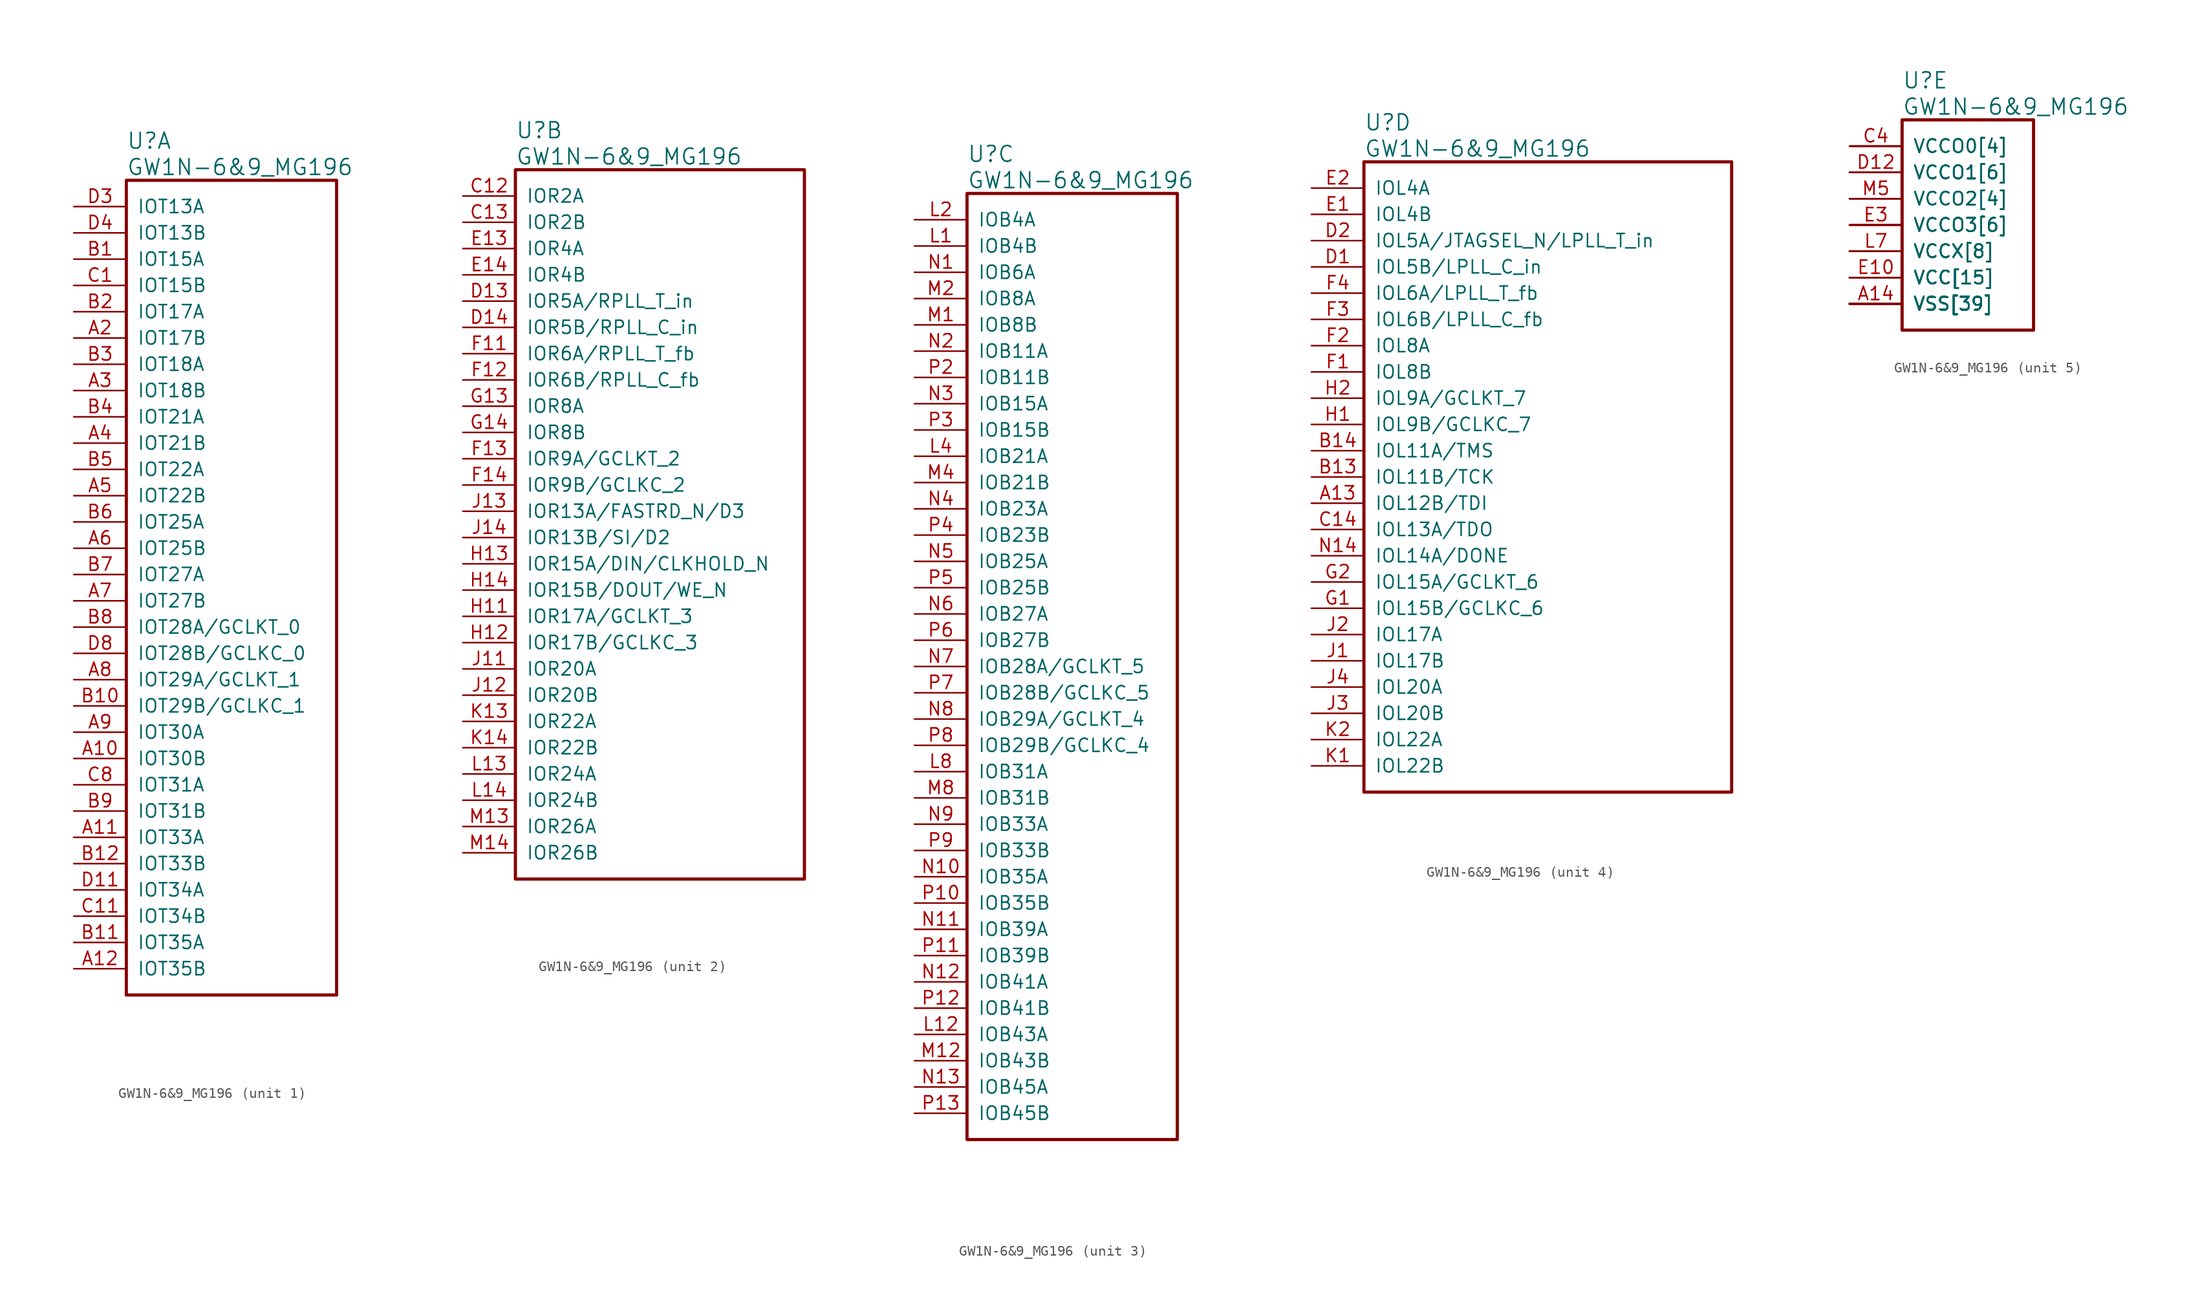
<source format=kicad_sym>
(kicad_symbol_lib
  (version 20241209)
  (generator "kicad_symbol_editor")
  (generator_version "9.0")
  (symbol "GW1N-6&9_MG196"
    (pin_names
      (offset 1.016))
    (property "Reference" "U"
      (at 5.08 6.35 0)
      (effects (font (size 1.524 1.524)) (justify left)))
    (property "Value" "GW1N-6&9_MG196"
      (at 5.08 3.81 0)
      (effects (font (size 1.524 1.524)) (justify left)))
    (property "ki_locked" ""
      (at 0 0 0)
      (effects (font (size 1.27 1.27))))
    (symbol "GW1N-6&9_MG196_1_1"
      (rectangle (start 5.08 2.54) (end 25.4 -76.2) (stroke (width 0.305) (type solid)) (fill (type none)))
      (pin bidirectional line (at 0 0 0) (length 5.08) (name "IOT13A" (effects (font (size 1.27 1.27)))) (number "D3" (effects (font (size 1.27 1.27)))))
      (pin bidirectional line (at 0 -2.54 0) (length 5.08) (name "IOT13B" (effects (font (size 1.27 1.27)))) (number "D4" (effects (font (size 1.27 1.27)))))
      (pin bidirectional line (at 0 -5.08 0) (length 5.08) (name "IOT15A" (effects (font (size 1.27 1.27)))) (number "B1" (effects (font (size 1.27 1.27)))))
      (pin bidirectional line (at 0 -7.62 0) (length 5.08) (name "IOT15B" (effects (font (size 1.27 1.27)))) (number "C1" (effects (font (size 1.27 1.27)))))
      (pin bidirectional line (at 0 -10.16 0) (length 5.08) (name "IOT17A" (effects (font (size 1.27 1.27)))) (number "B2" (effects (font (size 1.27 1.27)))))
      (pin bidirectional line (at 0 -12.7 0) (length 5.08) (name "IOT17B" (effects (font (size 1.27 1.27)))) (number "A2" (effects (font (size 1.27 1.27)))))
      (pin bidirectional line (at 0 -15.24 0) (length 5.08) (name "IOT18A" (effects (font (size 1.27 1.27)))) (number "B3" (effects (font (size 1.27 1.27)))))
      (pin bidirectional line (at 0 -17.78 0) (length 5.08) (name "IOT18B" (effects (font (size 1.27 1.27)))) (number "A3" (effects (font (size 1.27 1.27)))))
      (pin bidirectional line (at 0 -20.32 0) (length 5.08) (name "IOT21A" (effects (font (size 1.27 1.27)))) (number "B4" (effects (font (size 1.27 1.27)))))
      (pin bidirectional line (at 0 -22.86 0) (length 5.08) (name "IOT21B" (effects (font (size 1.27 1.27)))) (number "A4" (effects (font (size 1.27 1.27)))))
      (pin bidirectional line (at 0 -25.4 0) (length 5.08) (name "IOT22A" (effects (font (size 1.27 1.27)))) (number "B5" (effects (font (size 1.27 1.27)))))
      (pin bidirectional line (at 0 -27.94 0) (length 5.08) (name "IOT22B" (effects (font (size 1.27 1.27)))) (number "A5" (effects (font (size 1.27 1.27)))))
      (pin bidirectional line (at 0 -30.48 0) (length 5.08) (name "IOT25A" (effects (font (size 1.27 1.27)))) (number "B6" (effects (font (size 1.27 1.27)))))
      (pin bidirectional line (at 0 -33.02 0) (length 5.08) (name "IOT25B" (effects (font (size 1.27 1.27)))) (number "A6" (effects (font (size 1.27 1.27)))))
      (pin bidirectional line (at 0 -35.56 0) (length 5.08) (name "IOT27A" (effects (font (size 1.27 1.27)))) (number "B7" (effects (font (size 1.27 1.27)))))
      (pin bidirectional line (at 0 -38.1 0) (length 5.08) (name "IOT27B" (effects (font (size 1.27 1.27)))) (number "A7" (effects (font (size 1.27 1.27)))))
      (pin bidirectional line (at 0 -40.64 0) (length 5.08) (name "IOT28A/GCLKT_0" (effects (font (size 1.27 1.27)))) (number "B8" (effects (font (size 1.27 1.27)))))
      (pin bidirectional line (at 0 -43.18 0) (length 5.08) (name "IOT28B/GCLKC_0" (effects (font (size 1.27 1.27)))) (number "D8" (effects (font (size 1.27 1.27)))))
      (pin bidirectional line (at 0 -45.72 0) (length 5.08) (name "IOT29A/GCLKT_1" (effects (font (size 1.27 1.27)))) (number "A8" (effects (font (size 1.27 1.27)))))
      (pin bidirectional line (at 0 -48.26 0) (length 5.08) (name "IOT29B/GCLKC_1" (effects (font (size 1.27 1.27)))) (number "B10" (effects (font (size 1.27 1.27)))))
      (pin bidirectional line (at 0 -50.8 0) (length 5.08) (name "IOT30A" (effects (font (size 1.27 1.27)))) (number "A9" (effects (font (size 1.27 1.27)))))
      (pin bidirectional line (at 0 -53.34 0) (length 5.08) (name "IOT30B" (effects (font (size 1.27 1.27)))) (number "A10" (effects (font (size 1.27 1.27)))))
      (pin bidirectional line (at 0 -55.88 0) (length 5.08) (name "IOT31A" (effects (font (size 1.27 1.27)))) (number "C8" (effects (font (size 1.27 1.27)))))
      (pin bidirectional line (at 0 -58.42 0) (length 5.08) (name "IOT31B" (effects (font (size 1.27 1.27)))) (number "B9" (effects (font (size 1.27 1.27)))))
      (pin bidirectional line (at 0 -60.96 0) (length 5.08) (name "IOT33A" (effects (font (size 1.27 1.27)))) (number "A11" (effects (font (size 1.27 1.27)))))
      (pin bidirectional line (at 0 -63.5 0) (length 5.08) (name "IOT33B" (effects (font (size 1.27 1.27)))) (number "B12" (effects (font (size 1.27 1.27)))))
      (pin bidirectional line (at 0 -66.04 0) (length 5.08) (name "IOT34A" (effects (font (size 1.27 1.27)))) (number "D11" (effects (font (size 1.27 1.27)))))
      (pin bidirectional line (at 0 -68.58 0) (length 5.08) (name "IOT34B" (effects (font (size 1.27 1.27)))) (number "C11" (effects (font (size 1.27 1.27)))))
      (pin bidirectional line (at 0 -71.12 0) (length 5.08) (name "IOT35A" (effects (font (size 1.27 1.27)))) (number "B11" (effects (font (size 1.27 1.27)))))
      (pin bidirectional line (at 0 -73.66 0) (length 5.08) (name "IOT35B" (effects (font (size 1.27 1.27)))) (number "A12" (effects (font (size 1.27 1.27))))))
    (symbol "GW1N-6&9_MG196_2_1"
      (rectangle (start 5.08 2.54) (end 33.02 -66.04) (stroke (width 0.305) (type solid)) (fill (type none)))
      (pin bidirectional line (at 0 0 0) (length 5.08) (name "IOR2A" (effects (font (size 1.27 1.27)))) (number "C12" (effects (font (size 1.27 1.27)))))
      (pin bidirectional line (at 0 -2.54 0) (length 5.08) (name "IOR2B" (effects (font (size 1.27 1.27)))) (number "C13" (effects (font (size 1.27 1.27)))))
      (pin bidirectional line (at 0 -5.08 0) (length 5.08) (name "IOR4A" (effects (font (size 1.27 1.27)))) (number "E13" (effects (font (size 1.27 1.27)))))
      (pin bidirectional line (at 0 -7.62 0) (length 5.08) (name "IOR4B" (effects (font (size 1.27 1.27)))) (number "E14" (effects (font (size 1.27 1.27)))))
      (pin bidirectional line (at 0 -10.16 0) (length 5.08) (name "IOR5A/RPLL_T_in" (effects (font (size 1.27 1.27)))) (number "D13" (effects (font (size 1.27 1.27)))))
      (pin bidirectional line (at 0 -12.7 0) (length 5.08) (name "IOR5B/RPLL_C_in" (effects (font (size 1.27 1.27)))) (number "D14" (effects (font (size 1.27 1.27)))))
      (pin bidirectional line (at 0 -15.24 0) (length 5.08) (name "IOR6A/RPLL_T_fb" (effects (font (size 1.27 1.27)))) (number "F11" (effects (font (size 1.27 1.27)))))
      (pin bidirectional line (at 0 -17.78 0) (length 5.08) (name "IOR6B/RPLL_C_fb" (effects (font (size 1.27 1.27)))) (number "F12" (effects (font (size 1.27 1.27)))))
      (pin bidirectional line (at 0 -20.32 0) (length 5.08) (name "IOR8A" (effects (font (size 1.27 1.27)))) (number "G13" (effects (font (size 1.27 1.27)))))
      (pin bidirectional line (at 0 -22.86 0) (length 5.08) (name "IOR8B" (effects (font (size 1.27 1.27)))) (number "G14" (effects (font (size 1.27 1.27)))))
      (pin bidirectional line (at 0 -25.4 0) (length 5.08) (name "IOR9A/GCLKT_2" (effects (font (size 1.27 1.27)))) (number "F13" (effects (font (size 1.27 1.27)))))
      (pin bidirectional line (at 0 -27.94 0) (length 5.08) (name "IOR9B/GCLKC_2" (effects (font (size 1.27 1.27)))) (number "F14" (effects (font (size 1.27 1.27)))))
      (pin bidirectional line (at 0 -30.48 0) (length 5.08) (name "IOR13A/FASTRD_N/D3" (effects (font (size 1.27 1.27)))) (number "J13" (effects (font (size 1.27 1.27)))))
      (pin bidirectional line (at 0 -33.02 0) (length 5.08) (name "IOR13B/SI/D2" (effects (font (size 1.27 1.27)))) (number "J14" (effects (font (size 1.27 1.27)))))
      (pin bidirectional line (at 0 -35.56 0) (length 5.08) (name "IOR15A/DIN/CLKHOLD_N" (effects (font (size 1.27 1.27)))) (number "H13" (effects (font (size 1.27 1.27)))))
      (pin bidirectional line (at 0 -38.1 0) (length 5.08) (name "IOR15B/DOUT/WE_N" (effects (font (size 1.27 1.27)))) (number "H14" (effects (font (size 1.27 1.27)))))
      (pin bidirectional line (at 0 -40.64 0) (length 5.08) (name "IOR17A/GCLKT_3" (effects (font (size 1.27 1.27)))) (number "H11" (effects (font (size 1.27 1.27)))))
      (pin bidirectional line (at 0 -43.18 0) (length 5.08) (name "IOR17B/GCLKC_3" (effects (font (size 1.27 1.27)))) (number "H12" (effects (font (size 1.27 1.27)))))
      (pin bidirectional line (at 0 -45.72 0) (length 5.08) (name "IOR20A" (effects (font (size 1.27 1.27)))) (number "J11" (effects (font (size 1.27 1.27)))))
      (pin bidirectional line (at 0 -48.26 0) (length 5.08) (name "IOR20B" (effects (font (size 1.27 1.27)))) (number "J12" (effects (font (size 1.27 1.27)))))
      (pin bidirectional line (at 0 -50.8 0) (length 5.08) (name "IOR22A" (effects (font (size 1.27 1.27)))) (number "K13" (effects (font (size 1.27 1.27)))))
      (pin bidirectional line (at 0 -53.34 0) (length 5.08) (name "IOR22B" (effects (font (size 1.27 1.27)))) (number "K14" (effects (font (size 1.27 1.27)))))
      (pin bidirectional line (at 0 -55.88 0) (length 5.08) (name "IOR24A" (effects (font (size 1.27 1.27)))) (number "L13" (effects (font (size 1.27 1.27)))))
      (pin bidirectional line (at 0 -58.42 0) (length 5.08) (name "IOR24B" (effects (font (size 1.27 1.27)))) (number "L14" (effects (font (size 1.27 1.27)))))
      (pin bidirectional line (at 0 -60.96 0) (length 5.08) (name "IOR26A" (effects (font (size 1.27 1.27)))) (number "M13" (effects (font (size 1.27 1.27)))))
      (pin bidirectional line (at 0 -63.5 0) (length 5.08) (name "IOR26B" (effects (font (size 1.27 1.27)))) (number "M14" (effects (font (size 1.27 1.27))))))
    (symbol "GW1N-6&9_MG196_3_1"
      (rectangle (start 5.08 2.54) (end 25.4 -88.9) (stroke (width 0.305) (type solid)) (fill (type none)))
      (pin bidirectional line (at 0 0 0) (length 5.08) (name "IOB4A" (effects (font (size 1.27 1.27)))) (number "L2" (effects (font (size 1.27 1.27)))))
      (pin bidirectional line (at 0 -2.54 0) (length 5.08) (name "IOB4B" (effects (font (size 1.27 1.27)))) (number "L1" (effects (font (size 1.27 1.27)))))
      (pin bidirectional line (at 0 -5.08 0) (length 5.08) (name "IOB6A" (effects (font (size 1.27 1.27)))) (number "N1" (effects (font (size 1.27 1.27)))))
      (pin bidirectional line (at 0 -7.62 0) (length 5.08) (name "IOB8A" (effects (font (size 1.27 1.27)))) (number "M2" (effects (font (size 1.27 1.27)))))
      (pin bidirectional line (at 0 -10.16 0) (length 5.08) (name "IOB8B" (effects (font (size 1.27 1.27)))) (number "M1" (effects (font (size 1.27 1.27)))))
      (pin bidirectional line (at 0 -12.7 0) (length 5.08) (name "IOB11A" (effects (font (size 1.27 1.27)))) (number "N2" (effects (font (size 1.27 1.27)))))
      (pin bidirectional line (at 0 -15.24 0) (length 5.08) (name "IOB11B" (effects (font (size 1.27 1.27)))) (number "P2" (effects (font (size 1.27 1.27)))))
      (pin bidirectional line (at 0 -17.78 0) (length 5.08) (name "IOB15A" (effects (font (size 1.27 1.27)))) (number "N3" (effects (font (size 1.27 1.27)))))
      (pin bidirectional line (at 0 -20.32 0) (length 5.08) (name "IOB15B" (effects (font (size 1.27 1.27)))) (number "P3" (effects (font (size 1.27 1.27)))))
      (pin bidirectional line (at 0 -22.86 0) (length 5.08) (name "IOB21A" (effects (font (size 1.27 1.27)))) (number "L4" (effects (font (size 1.27 1.27)))))
      (pin bidirectional line (at 0 -25.4 0) (length 5.08) (name "IOB21B" (effects (font (size 1.27 1.27)))) (number "M4" (effects (font (size 1.27 1.27)))))
      (pin bidirectional line (at 0 -27.94 0) (length 5.08) (name "IOB23A" (effects (font (size 1.27 1.27)))) (number "N4" (effects (font (size 1.27 1.27)))))
      (pin bidirectional line (at 0 -30.48 0) (length 5.08) (name "IOB23B" (effects (font (size 1.27 1.27)))) (number "P4" (effects (font (size 1.27 1.27)))))
      (pin bidirectional line (at 0 -33.02 0) (length 5.08) (name "IOB25A" (effects (font (size 1.27 1.27)))) (number "N5" (effects (font (size 1.27 1.27)))))
      (pin bidirectional line (at 0 -35.56 0) (length 5.08) (name "IOB25B" (effects (font (size 1.27 1.27)))) (number "P5" (effects (font (size 1.27 1.27)))))
      (pin bidirectional line (at 0 -38.1 0) (length 5.08) (name "IOB27A" (effects (font (size 1.27 1.27)))) (number "N6" (effects (font (size 1.27 1.27)))))
      (pin bidirectional line (at 0 -40.64 0) (length 5.08) (name "IOB27B" (effects (font (size 1.27 1.27)))) (number "P6" (effects (font (size 1.27 1.27)))))
      (pin bidirectional line (at 0 -43.18 0) (length 5.08) (name "IOB28A/GCLKT_5" (effects (font (size 1.27 1.27)))) (number "N7" (effects (font (size 1.27 1.27)))))
      (pin bidirectional line (at 0 -45.72 0) (length 5.08) (name "IOB28B/GCLKC_5" (effects (font (size 1.27 1.27)))) (number "P7" (effects (font (size 1.27 1.27)))))
      (pin bidirectional line (at 0 -48.26 0) (length 5.08) (name "IOB29A/GCLKT_4" (effects (font (size 1.27 1.27)))) (number "N8" (effects (font (size 1.27 1.27)))))
      (pin bidirectional line (at 0 -50.8 0) (length 5.08) (name "IOB29B/GCLKC_4" (effects (font (size 1.27 1.27)))) (number "P8" (effects (font (size 1.27 1.27)))))
      (pin bidirectional line (at 0 -53.34 0) (length 5.08) (name "IOB31A" (effects (font (size 1.27 1.27)))) (number "L8" (effects (font (size 1.27 1.27)))))
      (pin bidirectional line (at 0 -55.88 0) (length 5.08) (name "IOB31B" (effects (font (size 1.27 1.27)))) (number "M8" (effects (font (size 1.27 1.27)))))
      (pin bidirectional line (at 0 -58.42 0) (length 5.08) (name "IOB33A" (effects (font (size 1.27 1.27)))) (number "N9" (effects (font (size 1.27 1.27)))))
      (pin bidirectional line (at 0 -60.96 0) (length 5.08) (name "IOB33B" (effects (font (size 1.27 1.27)))) (number "P9" (effects (font (size 1.27 1.27)))))
      (pin bidirectional line (at 0 -63.5 0) (length 5.08) (name "IOB35A" (effects (font (size 1.27 1.27)))) (number "N10" (effects (font (size 1.27 1.27)))))
      (pin bidirectional line (at 0 -66.04 0) (length 5.08) (name "IOB35B" (effects (font (size 1.27 1.27)))) (number "P10" (effects (font (size 1.27 1.27)))))
      (pin bidirectional line (at 0 -68.58 0) (length 5.08) (name "IOB39A" (effects (font (size 1.27 1.27)))) (number "N11" (effects (font (size 1.27 1.27)))))
      (pin bidirectional line (at 0 -71.12 0) (length 5.08) (name "IOB39B" (effects (font (size 1.27 1.27)))) (number "P11" (effects (font (size 1.27 1.27)))))
      (pin bidirectional line (at 0 -73.66 0) (length 5.08) (name "IOB41A" (effects (font (size 1.27 1.27)))) (number "N12" (effects (font (size 1.27 1.27)))))
      (pin bidirectional line (at 0 -76.2 0) (length 5.08) (name "IOB41B" (effects (font (size 1.27 1.27)))) (number "P12" (effects (font (size 1.27 1.27)))))
      (pin bidirectional line (at 0 -78.74 0) (length 5.08) (name "IOB43A" (effects (font (size 1.27 1.27)))) (number "L12" (effects (font (size 1.27 1.27)))))
      (pin bidirectional line (at 0 -81.28 0) (length 5.08) (name "IOB43B" (effects (font (size 1.27 1.27)))) (number "M12" (effects (font (size 1.27 1.27)))))
      (pin bidirectional line (at 0 -83.82 0) (length 5.08) (name "IOB45A" (effects (font (size 1.27 1.27)))) (number "N13" (effects (font (size 1.27 1.27)))))
      (pin bidirectional line (at 0 -86.36 0) (length 5.08) (name "IOB45B" (effects (font (size 1.27 1.27)))) (number "P13" (effects (font (size 1.27 1.27))))))
    (symbol "GW1N-6&9_MG196_4_1"
      (rectangle (start 5.08 2.54) (end 40.64 -58.42) (stroke (width 0.305) (type solid)) (fill (type none)))
      (pin bidirectional line (at 0 0 0) (length 5.08) (name "IOL4A" (effects (font (size 1.27 1.27)))) (number "E2" (effects (font (size 1.27 1.27)))))
      (pin bidirectional line (at 0 -2.54 0) (length 5.08) (name "IOL4B" (effects (font (size 1.27 1.27)))) (number "E1" (effects (font (size 1.27 1.27)))))
      (pin bidirectional line (at 0 -5.08 0) (length 5.08) (name "IOL5A/JTAGSEL_N/LPLL_T_in" (effects (font (size 1.27 1.27)))) (number "D2" (effects (font (size 1.27 1.27)))))
      (pin bidirectional line (at 0 -7.62 0) (length 5.08) (name "IOL5B/LPLL_C_in" (effects (font (size 1.27 1.27)))) (number "D1" (effects (font (size 1.27 1.27)))))
      (pin bidirectional line (at 0 -10.16 0) (length 5.08) (name "IOL6A/LPLL_T_fb" (effects (font (size 1.27 1.27)))) (number "F4" (effects (font (size 1.27 1.27)))))
      (pin bidirectional line (at 0 -12.7 0) (length 5.08) (name "IOL6B/LPLL_C_fb" (effects (font (size 1.27 1.27)))) (number "F3" (effects (font (size 1.27 1.27)))))
      (pin bidirectional line (at 0 -15.24 0) (length 5.08) (name "IOL8A" (effects (font (size 1.27 1.27)))) (number "F2" (effects (font (size 1.27 1.27)))))
      (pin bidirectional line (at 0 -17.78 0) (length 5.08) (name "IOL8B" (effects (font (size 1.27 1.27)))) (number "F1" (effects (font (size 1.27 1.27)))))
      (pin bidirectional line (at 0 -20.32 0) (length 5.08) (name "IOL9A/GCLKT_7" (effects (font (size 1.27 1.27)))) (number "H2" (effects (font (size 1.27 1.27)))))
      (pin bidirectional line (at 0 -22.86 0) (length 5.08) (name "IOL9B/GCLKC_7" (effects (font (size 1.27 1.27)))) (number "H1" (effects (font (size 1.27 1.27)))))
      (pin bidirectional line (at 0 -25.4 0) (length 5.08) (name "IOL11A/TMS" (effects (font (size 1.27 1.27)))) (number "B14" (effects (font (size 1.27 1.27)))))
      (pin bidirectional line (at 0 -27.94 0) (length 5.08) (name "IOL11B/TCK" (effects (font (size 1.27 1.27)))) (number "B13" (effects (font (size 1.27 1.27)))))
      (pin bidirectional line (at 0 -30.48 0) (length 5.08) (name "IOL12B/TDI" (effects (font (size 1.27 1.27)))) (number "A13" (effects (font (size 1.27 1.27)))))
      (pin bidirectional line (at 0 -33.02 0) (length 5.08) (name "IOL13A/TDO" (effects (font (size 1.27 1.27)))) (number "C14" (effects (font (size 1.27 1.27)))))
      (pin bidirectional line (at 0 -35.56 0) (length 5.08) (name "IOL14A/DONE" (effects (font (size 1.27 1.27)))) (number "N14" (effects (font (size 1.27 1.27)))))
      (pin bidirectional line (at 0 -38.1 0) (length 5.08) (name "IOL15A/GCLKT_6" (effects (font (size 1.27 1.27)))) (number "G2" (effects (font (size 1.27 1.27)))))
      (pin bidirectional line (at 0 -40.64 0) (length 5.08) (name "IOL15B/GCLKC_6" (effects (font (size 1.27 1.27)))) (number "G1" (effects (font (size 1.27 1.27)))))
      (pin bidirectional line (at 0 -43.18 0) (length 5.08) (name "IOL17A" (effects (font (size 1.27 1.27)))) (number "J2" (effects (font (size 1.27 1.27)))))
      (pin bidirectional line (at 0 -45.72 0) (length 5.08) (name "IOL17B" (effects (font (size 1.27 1.27)))) (number "J1" (effects (font (size 1.27 1.27)))))
      (pin bidirectional line (at 0 -48.26 0) (length 5.08) (name "IOL20A" (effects (font (size 1.27 1.27)))) (number "J4" (effects (font (size 1.27 1.27)))))
      (pin bidirectional line (at 0 -50.8 0) (length 5.08) (name "IOL20B" (effects (font (size 1.27 1.27)))) (number "J3" (effects (font (size 1.27 1.27)))))
      (pin bidirectional line (at 0 -53.34 0) (length 5.08) (name "IOL22A" (effects (font (size 1.27 1.27)))) (number "K2" (effects (font (size 1.27 1.27)))))
      (pin bidirectional line (at 0 -55.88 0) (length 5.08) (name "IOL22B" (effects (font (size 1.27 1.27)))) (number "K1" (effects (font (size 1.27 1.27))))))
    (symbol "GW1N-6&9_MG196_5_1"
      (rectangle (start 5.08 2.54) (end 17.78 -17.78) (stroke (width 0.305) (type solid)) (fill (type none)))
      (pin power_in line (at 0 0 0) (length 5.08) (name "VCCO0[4]" (effects (font (size 1.27 1.27)))) (number "C10" (effects (font (size 0 0)))))
      (pin power_in line (at 0 0 0) (length 5.08) (name "VCCO0[4]" (effects (font (size 1.27 1.27)))) (number "C4" (effects (font (size 1.27 1.27)))))
      (pin power_in line (at 0 0 0) (length 5.08) (name "VCCO0[4]" (effects (font (size 1.27 1.27)))) (number "C5" (effects (font (size 0 0)))))
      (pin power_in line (at 0 0 0) (length 5.08) (name "VCCO0[4]" (effects (font (size 1.27 1.27)))) (number "C9" (effects (font (size 0 0)))))
      (pin power_in line (at 0 -2.54 0) (length 5.08) (name "VCCO1[6]" (effects (font (size 1.27 1.27)))) (number "D12" (effects (font (size 1.27 1.27)))))
      (pin power_in line (at 0 -2.54 0) (length 5.08) (name "VCCO1[6]" (effects (font (size 1.27 1.27)))) (number "E12" (effects (font (size 0 0)))))
      (pin power_in line (at 0 -2.54 0) (length 5.08) (name "VCCO1[6]" (effects (font (size 1.27 1.27)))) (number "G11" (effects (font (size 0 0)))))
      (pin power_in line (at 0 -2.54 0) (length 5.08) (name "VCCO1[6]" (effects (font (size 1.27 1.27)))) (number "G12" (effects (font (size 0 0)))))
      (pin power_in line (at 0 -2.54 0) (length 5.08) (name "VCCO1[6]" (effects (font (size 1.27 1.27)))) (number "K11" (effects (font (size 0 0)))))
      (pin power_in line (at 0 -2.54 0) (length 5.08) (name "VCCO1[6]" (effects (font (size 1.27 1.27)))) (number "K12" (effects (font (size 0 0)))))
      (pin power_in line (at 0 -5.08 0) (length 5.08) (name "VCCO2[4]" (effects (font (size 1.27 1.27)))) (number "M10" (effects (font (size 0 0)))))
      (pin power_in line (at 0 -5.08 0) (length 5.08) (name "VCCO2[4]" (effects (font (size 1.27 1.27)))) (number "M5" (effects (font (size 1.27 1.27)))))
      (pin power_in line (at 0 -5.08 0) (length 5.08) (name "VCCO2[4]" (effects (font (size 1.27 1.27)))) (number "M6" (effects (font (size 0 0)))))
      (pin power_in line (at 0 -5.08 0) (length 5.08) (name "VCCO2[4]" (effects (font (size 1.27 1.27)))) (number "M9" (effects (font (size 0 0)))))
      (pin power_in line (at 0 -7.62 0) (length 5.08) (name "VCCO3[6]" (effects (font (size 1.27 1.27)))) (number "E3" (effects (font (size 1.27 1.27)))))
      (pin power_in line (at 0 -7.62 0) (length 5.08) (name "VCCO3[6]" (effects (font (size 1.27 1.27)))) (number "E4" (effects (font (size 0 0)))))
      (pin power_in line (at 0 -7.62 0) (length 5.08) (name "VCCO3[6]" (effects (font (size 1.27 1.27)))) (number "G3" (effects (font (size 0 0)))))
      (pin power_in line (at 0 -7.62 0) (length 5.08) (name "VCCO3[6]" (effects (font (size 1.27 1.27)))) (number "H3" (effects (font (size 0 0)))))
      (pin power_in line (at 0 -7.62 0) (length 5.08) (name "VCCO3[6]" (effects (font (size 1.27 1.27)))) (number "K3" (effects (font (size 0 0)))))
      (pin power_in line (at 0 -7.62 0) (length 5.08) (name "VCCO3[6]" (effects (font (size 1.27 1.27)))) (number "K4" (effects (font (size 0 0)))))
      (pin power_in line (at 0 -10.16 0) (length 5.08) (name "VCCX[8]" (effects (font (size 1.27 1.27)))) (number "D7" (effects (font (size 0 0)))))
      (pin power_in line (at 0 -10.16 0) (length 5.08) (name "VCCX[8]" (effects (font (size 1.27 1.27)))) (number "E7" (effects (font (size 0 0)))))
      (pin power_in line (at 0 -10.16 0) (length 5.08) (name "VCCX[8]" (effects (font (size 1.27 1.27)))) (number "G10" (effects (font (size 0 0)))))
      (pin power_in line (at 0 -10.16 0) (length 5.08) (name "VCCX[8]" (effects (font (size 1.27 1.27)))) (number "G9" (effects (font (size 0 0)))))
      (pin power_in line (at 0 -10.16 0) (length 5.08) (name "VCCX[8]" (effects (font (size 1.27 1.27)))) (number "H5" (effects (font (size 0 0)))))
      (pin power_in line (at 0 -10.16 0) (length 5.08) (name "VCCX[8]" (effects (font (size 1.27 1.27)))) (number "H6" (effects (font (size 0 0)))))
      (pin power_in line (at 0 -10.16 0) (length 5.08) (name "VCCX[8]" (effects (font (size 1.27 1.27)))) (number "K7" (effects (font (size 0 0)))))
      (pin power_in line (at 0 -10.16 0) (length 5.08) (name "VCCX[8]" (effects (font (size 1.27 1.27)))) (number "L7" (effects (font (size 1.27 1.27)))))
      (pin power_in line (at 0 -12.7 0) (length 5.08) (name "VCC[15]" (effects (font (size 1.27 1.27)))) (number "E10" (effects (font (size 1.27 1.27)))))
      (pin power_in line (at 0 -12.7 0) (length 5.08) (name "VCC[15]" (effects (font (size 1.27 1.27)))) (number "E5" (effects (font (size 0 0)))))
      (pin power_in line (at 0 -12.7 0) (length 5.08) (name "VCC[15]" (effects (font (size 1.27 1.27)))) (number "E6" (effects (font (size 0 0)))))
      (pin power_in line (at 0 -12.7 0) (length 5.08) (name "VCC[15]" (effects (font (size 1.27 1.27)))) (number "E9" (effects (font (size 0 0)))))
      (pin power_in line (at 0 -12.7 0) (length 5.08) (name "VCC[15]" (effects (font (size 1.27 1.27)))) (number "F10" (effects (font (size 0 0)))))
      (pin power_in line (at 0 -12.7 0) (length 5.08) (name "VCC[15]" (effects (font (size 1.27 1.27)))) (number "F5" (effects (font (size 0 0)))))
      (pin power_in line (at 0 -12.7 0) (length 5.08) (name "VCC[15]" (effects (font (size 1.27 1.27)))) (number "F6" (effects (font (size 0 0)))))
      (pin power_in line (at 0 -12.7 0) (length 5.08) (name "VCC[15]" (effects (font (size 1.27 1.27)))) (number "F9" (effects (font (size 0 0)))))
      (pin power_in line (at 0 -12.7 0) (length 5.08) (name "VCC[15]" (effects (font (size 1.27 1.27)))) (number "J5" (effects (font (size 0 0)))))
      (pin power_in line (at 0 -12.7 0) (length 5.08) (name "VCC[15]" (effects (font (size 1.27 1.27)))) (number "J6" (effects (font (size 0 0)))))
      (pin power_in line (at 0 -12.7 0) (length 5.08) (name "VCC[15]" (effects (font (size 1.27 1.27)))) (number "J9" (effects (font (size 0 0)))))
      (pin power_in line (at 0 -12.7 0) (length 5.08) (name "VCC[15]" (effects (font (size 1.27 1.27)))) (number "K10" (effects (font (size 0 0)))))
      (pin power_in line (at 0 -12.7 0) (length 5.08) (name "VCC[15]" (effects (font (size 1.27 1.27)))) (number "K5" (effects (font (size 0 0)))))
      (pin power_in line (at 0 -12.7 0) (length 5.08) (name "VCC[15]" (effects (font (size 1.27 1.27)))) (number "K6" (effects (font (size 0 0)))))
      (pin power_in line (at 0 -12.7 0) (length 5.08) (name "VCC[15]" (effects (font (size 1.27 1.27)))) (number "K9" (effects (font (size 0 0)))))
      (pin power_in line (at 0 -15.24 0) (length 5.08) (name "VSS[39]" (effects (font (size 1.27 1.27)))) (number "A1" (effects (font (size 0 0)))))
      (pin power_in line (at 0 -15.24 0) (length 5.08) (name "VSS[39]" (effects (font (size 1.27 1.27)))) (number "A14" (effects (font (size 1.27 1.27)))))
      (pin power_in line (at 0 -15.24 0) (length 5.08) (name "VSS[39]" (effects (font (size 1.27 1.27)))) (number "C2" (effects (font (size 0 0)))))
      (pin power_in line (at 0 -15.24 0) (length 5.08) (name "VSS[39]" (effects (font (size 1.27 1.27)))) (number "C3" (effects (font (size 0 0)))))
      (pin power_in line (at 0 -15.24 0) (length 5.08) (name "VSS[39]" (effects (font (size 1.27 1.27)))) (number "C6" (effects (font (size 0 0)))))
      (pin power_in line (at 0 -15.24 0) (length 5.08) (name "VSS[39]" (effects (font (size 1.27 1.27)))) (number "C7" (effects (font (size 0 0)))))
      (pin power_in line (at 0 -15.24 0) (length 5.08) (name "VSS[39]" (effects (font (size 1.27 1.27)))) (number "D10" (effects (font (size 0 0)))))
      (pin power_in line (at 0 -15.24 0) (length 5.08) (name "VSS[39]" (effects (font (size 1.27 1.27)))) (number "D5" (effects (font (size 0 0)))))
      (pin power_in line (at 0 -15.24 0) (length 5.08) (name "VSS[39]" (effects (font (size 1.27 1.27)))) (number "D6" (effects (font (size 0 0)))))
      (pin power_in line (at 0 -15.24 0) (length 5.08) (name "VSS[39]" (effects (font (size 1.27 1.27)))) (number "D9" (effects (font (size 0 0)))))
      (pin power_in line (at 0 -15.24 0) (length 5.08) (name "VSS[39]" (effects (font (size 1.27 1.27)))) (number "E11" (effects (font (size 0 0)))))
      (pin power_in line (at 0 -15.24 0) (length 5.08) (name "VSS[39]" (effects (font (size 1.27 1.27)))) (number "E8" (effects (font (size 0 0)))))
      (pin power_in line (at 0 -15.24 0) (length 5.08) (name "VSS[39]" (effects (font (size 1.27 1.27)))) (number "F7" (effects (font (size 0 0)))))
      (pin power_in line (at 0 -15.24 0) (length 5.08) (name "VSS[39]" (effects (font (size 1.27 1.27)))) (number "F8" (effects (font (size 0 0)))))
      (pin power_in line (at 0 -15.24 0) (length 5.08) (name "VSS[39]" (effects (font (size 1.27 1.27)))) (number "G4" (effects (font (size 0 0)))))
      (pin power_in line (at 0 -15.24 0) (length 5.08) (name "VSS[39]" (effects (font (size 1.27 1.27)))) (number "G5" (effects (font (size 0 0)))))
      (pin power_in line (at 0 -15.24 0) (length 5.08) (name "VSS[39]" (effects (font (size 1.27 1.27)))) (number "G6" (effects (font (size 0 0)))))
      (pin power_in line (at 0 -15.24 0) (length 5.08) (name "VSS[39]" (effects (font (size 1.27 1.27)))) (number "G7" (effects (font (size 0 0)))))
      (pin power_in line (at 0 -15.24 0) (length 5.08) (name "VSS[39]" (effects (font (size 1.27 1.27)))) (number "G8" (effects (font (size 0 0)))))
      (pin power_in line (at 0 -15.24 0) (length 5.08) (name "VSS[39]" (effects (font (size 1.27 1.27)))) (number "H10" (effects (font (size 0 0)))))
      (pin power_in line (at 0 -15.24 0) (length 5.08) (name "VSS[39]" (effects (font (size 1.27 1.27)))) (number "H4" (effects (font (size 0 0)))))
      (pin power_in line (at 0 -15.24 0) (length 5.08) (name "VSS[39]" (effects (font (size 1.27 1.27)))) (number "H7" (effects (font (size 0 0)))))
      (pin power_in line (at 0 -15.24 0) (length 5.08) (name "VSS[39]" (effects (font (size 1.27 1.27)))) (number "H8" (effects (font (size 0 0)))))
      (pin power_in line (at 0 -15.24 0) (length 5.08) (name "VSS[39]" (effects (font (size 1.27 1.27)))) (number "H9" (effects (font (size 0 0)))))
      (pin power_in line (at 0 -15.24 0) (length 5.08) (name "VSS[39]" (effects (font (size 1.27 1.27)))) (number "J10" (effects (font (size 0 0)))))
      (pin power_in line (at 0 -15.24 0) (length 5.08) (name "VSS[39]" (effects (font (size 1.27 1.27)))) (number "J7" (effects (font (size 0 0)))))
      (pin power_in line (at 0 -15.24 0) (length 5.08) (name "VSS[39]" (effects (font (size 1.27 1.27)))) (number "J8" (effects (font (size 0 0)))))
      (pin power_in line (at 0 -15.24 0) (length 5.08) (name "VSS[39]" (effects (font (size 1.27 1.27)))) (number "K8" (effects (font (size 0 0)))))
      (pin power_in line (at 0 -15.24 0) (length 5.08) (name "VSS[39]" (effects (font (size 1.27 1.27)))) (number "L10" (effects (font (size 0 0)))))
      (pin power_in line (at 0 -15.24 0) (length 5.08) (name "VSS[39]" (effects (font (size 1.27 1.27)))) (number "L11" (effects (font (size 0 0)))))
      (pin power_in line (at 0 -15.24 0) (length 5.08) (name "VSS[39]" (effects (font (size 1.27 1.27)))) (number "L3" (effects (font (size 0 0)))))
      (pin power_in line (at 0 -15.24 0) (length 5.08) (name "VSS[39]" (effects (font (size 1.27 1.27)))) (number "L5" (effects (font (size 0 0)))))
      (pin power_in line (at 0 -15.24 0) (length 5.08) (name "VSS[39]" (effects (font (size 1.27 1.27)))) (number "L6" (effects (font (size 0 0)))))
      (pin power_in line (at 0 -15.24 0) (length 5.08) (name "VSS[39]" (effects (font (size 1.27 1.27)))) (number "L9" (effects (font (size 0 0)))))
      (pin power_in line (at 0 -15.24 0) (length 5.08) (name "VSS[39]" (effects (font (size 1.27 1.27)))) (number "M11" (effects (font (size 0 0)))))
      (pin power_in line (at 0 -15.24 0) (length 5.08) (name "VSS[39]" (effects (font (size 1.27 1.27)))) (number "M3" (effects (font (size 0 0)))))
      (pin power_in line (at 0 -15.24 0) (length 5.08) (name "VSS[39]" (effects (font (size 1.27 1.27)))) (number "M7" (effects (font (size 0 0)))))
      (pin power_in line (at 0 -15.24 0) (length 5.08) (name "VSS[39]" (effects (font (size 1.27 1.27)))) (number "P1" (effects (font (size 0 0)))))
      (pin power_in line (at 0 -15.24 0) (length 5.08) (name "VSS[39]" (effects (font (size 1.27 1.27)))) (number "P14" (effects (font (size 0 0))))))))
</source>
